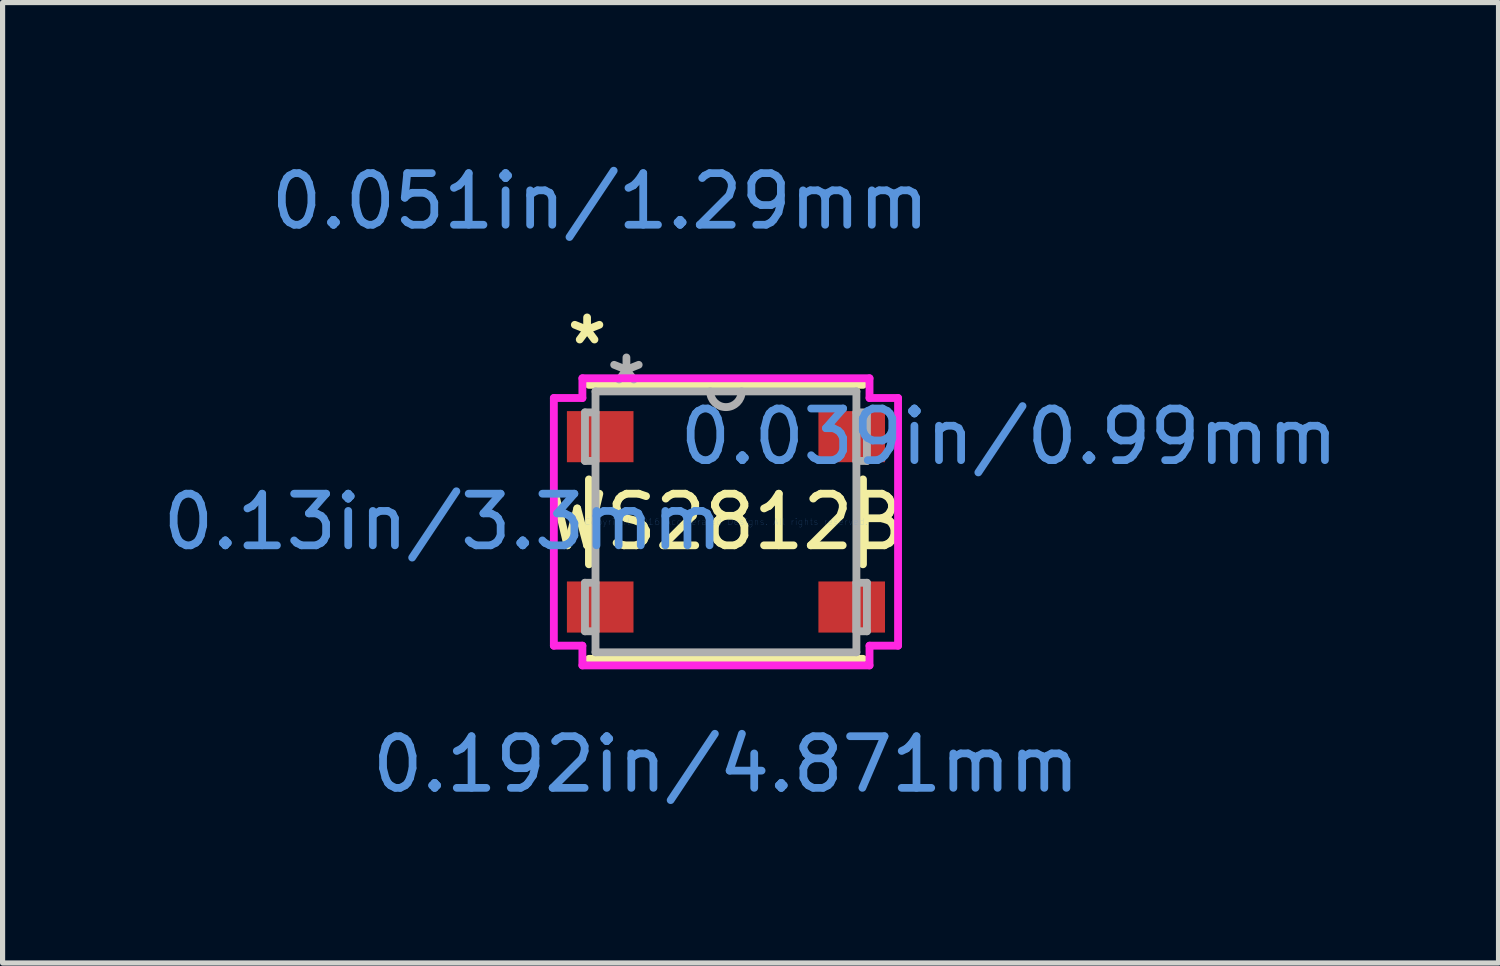
<source format=kicad_pcb>
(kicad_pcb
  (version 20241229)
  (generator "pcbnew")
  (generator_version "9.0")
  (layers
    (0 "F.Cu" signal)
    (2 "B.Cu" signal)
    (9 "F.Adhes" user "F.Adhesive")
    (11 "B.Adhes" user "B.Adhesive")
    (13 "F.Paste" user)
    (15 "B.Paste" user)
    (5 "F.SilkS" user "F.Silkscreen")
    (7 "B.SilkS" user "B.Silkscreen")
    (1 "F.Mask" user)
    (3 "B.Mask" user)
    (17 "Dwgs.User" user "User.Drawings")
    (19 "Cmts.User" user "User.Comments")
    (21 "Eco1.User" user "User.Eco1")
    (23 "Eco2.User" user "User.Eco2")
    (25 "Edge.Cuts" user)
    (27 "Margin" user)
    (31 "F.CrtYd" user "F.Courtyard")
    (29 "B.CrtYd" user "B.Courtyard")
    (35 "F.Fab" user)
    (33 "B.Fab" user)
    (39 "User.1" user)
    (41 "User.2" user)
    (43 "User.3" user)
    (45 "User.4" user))
  (footprint "WS2812B"
    (layer "F.Cu")
    (at 11.013 7.059)
    (property "Reference" "WS2812B" (at 0 0 0) (layer "F.SilkS") (effects (font (size 1 1) (thickness 0.15))))
    (attr through_hole)
    (fp_line (start -2.654 -0.822) (end -2.654 0.822) (stroke (width 0.152) (type solid)) (layer "F.SilkS"))
    (fp_line (start -2.654 2.654) (end 2.654 2.654) (stroke (width 0.152) (type solid)) (layer "F.SilkS"))
    (fp_line (start 2.654 -2.654) (end -2.654 -2.654) (stroke (width 0.152) (type solid)) (layer "F.SilkS"))
    (fp_line (start 2.654 0.822) (end 2.654 -0.822) (stroke (width 0.152) (type solid)) (layer "F.SilkS"))
    (fp_line (start -3.334 -2.399) (end -2.781 -2.399) (stroke (width 0.152) (type solid)) (layer "F.CrtYd"))
    (fp_line (start -3.334 2.399) (end -3.334 -2.399) (stroke (width 0.152) (type solid)) (layer "F.CrtYd"))
    (fp_line (start -3.334 2.399) (end -2.781 2.399) (stroke (width 0.152) (type solid)) (layer "F.CrtYd"))
    (fp_line (start -2.781 -2.781) (end 2.781 -2.781) (stroke (width 0.152) (type solid)) (layer "F.CrtYd"))
    (fp_line (start -2.781 -2.399) (end -2.781 -2.781) (stroke (width 0.152) (type solid)) (layer "F.CrtYd"))
    (fp_line (start -2.781 2.781) (end -2.781 2.399) (stroke (width 0.152) (type solid)) (layer "F.CrtYd"))
    (fp_line (start 2.781 -2.781) (end 2.781 -2.399) (stroke (width 0.152) (type solid)) (layer "F.CrtYd"))
    (fp_line (start 2.781 2.399) (end 2.781 2.781) (stroke (width 0.152) (type solid)) (layer "F.CrtYd"))
    (fp_line (start 2.781 2.781) (end -2.781 2.781) (stroke (width 0.152) (type solid)) (layer "F.CrtYd"))
    (fp_line (start 3.334 -2.399) (end 2.781 -2.399) (stroke (width 0.152) (type solid)) (layer "F.CrtYd"))
    (fp_line (start 3.334 -2.399) (end 3.334 2.399) (stroke (width 0.152) (type solid)) (layer "F.CrtYd"))
    (fp_line (start 3.334 2.399) (end 2.781 2.399) (stroke (width 0.152) (type solid)) (layer "F.CrtYd"))
    (fp_line (start -2.731 -2.12) (end -2.731 -1.18) (stroke (width 0.152) (type solid)) (layer "F.Fab"))
    (fp_line (start -2.731 -1.18) (end -2.527 -1.18) (stroke (width 0.152) (type solid)) (layer "F.Fab"))
    (fp_line (start -2.731 1.18) (end -2.731 2.12) (stroke (width 0.152) (type solid)) (layer "F.Fab"))
    (fp_line (start -2.731 2.12) (end -2.527 2.12) (stroke (width 0.152) (type solid)) (layer "F.Fab"))
    (fp_line (start -2.527 -2.527) (end -2.527 2.527) (stroke (width 0.152) (type solid)) (layer "F.Fab"))
    (fp_line (start -2.527 -2.12) (end -2.731 -2.12) (stroke (width 0.152) (type solid)) (layer "F.Fab"))
    (fp_line (start -2.527 -1.18) (end -2.527 -2.12) (stroke (width 0.152) (type solid)) (layer "F.Fab"))
    (fp_line (start -2.527 1.18) (end -2.731 1.18) (stroke (width 0.152) (type solid)) (layer "F.Fab"))
    (fp_line (start -2.527 2.12) (end -2.527 1.18) (stroke (width 0.152) (type solid)) (layer "F.Fab"))
    (fp_line (start -2.527 2.527) (end 2.527 2.527) (stroke (width 0.152) (type solid)) (layer "F.Fab"))
    (fp_line (start 2.527 -2.527) (end -2.527 -2.527) (stroke (width 0.152) (type solid)) (layer "F.Fab"))
    (fp_line (start 2.527 -2.12) (end 2.527 -1.18) (stroke (width 0.152) (type solid)) (layer "F.Fab"))
    (fp_line (start 2.527 -1.18) (end 2.731 -1.18) (stroke (width 0.152) (type solid)) (layer "F.Fab"))
    (fp_line (start 2.527 1.18) (end 2.527 2.12) (stroke (width 0.152) (type solid)) (layer "F.Fab"))
    (fp_line (start 2.527 2.12) (end 2.731 2.12) (stroke (width 0.152) (type solid)) (layer "F.Fab"))
    (fp_line (start 2.527 2.527) (end 2.527 -2.527) (stroke (width 0.152) (type solid)) (layer "F.Fab"))
    (fp_line (start 2.731 -2.12) (end 2.527 -2.12) (stroke (width 0.152) (type solid)) (layer "F.Fab"))
    (fp_line (start 2.731 -1.18) (end 2.731 -2.12) (stroke (width 0.152) (type solid)) (layer "F.Fab"))
    (fp_line (start 2.731 1.18) (end 2.527 1.18) (stroke (width 0.152) (type solid)) (layer "F.Fab"))
    (fp_line (start 2.731 2.12) (end 2.731 1.18) (stroke (width 0.152) (type solid)) (layer "F.Fab"))
    (fp_arc (start 0.3048 -2.5273) (mid 0 -2.2225) (end -0.3048 -2.5273) (stroke (width 0.1524) (type solid)) (layer "F.Fab"))
    (fp_text user "*" (at -2.69 -3.415 0) (layer "F.SilkS") (effects (font (size 1 1) (thickness 0.15))))
    (fp_text user "Copyright 2016 Accelerated Designs. All rights reserved." (at 0 0 0) (layer "Cmts.User") (effects (font (size 0.127 0.127) (thickness 0.002))))
    (fp_text user "0.039in/0.99mm" (at 5.484 -1.65 0) (layer "Cmts.User") (effects (font (size 1 1) (thickness 0.15))))
    (fp_text user "0.051in/1.29mm" (at -2.436 -6.21 0) (layer "Cmts.User") (effects (font (size 1 1) (thickness 0.15))))
    (fp_text user "0.192in/4.871mm" (at 0 4.698 0) (layer "Cmts.User") (effects (font (size 1 1) (thickness 0.15))))
    (fp_text user "0.13in/3.3mm" (at -5.484 0 0) (layer "Cmts.User") (effects (font (size 1 1) (thickness 0.15))))
    (fp_text user "*" (at -1.928 -2.64 0) (layer "F.Fab") (effects (font (size 1 1) (thickness 0.15))))
    (pad "1" smd rect (at -2.436 -1.65) (size 1.29 0.99) (layers "F.Cu" "F.Mask" "F.Paste"))
    (pad "2" smd rect (at -2.436 1.65) (size 1.29 0.99) (layers "F.Cu" "F.Mask" "F.Paste"))
    (pad "3" smd rect (at 2.436 1.65) (size 1.29 0.99) (layers "F.Cu" "F.Mask" "F.Paste"))
    (pad "4" smd rect (at 2.436 -1.65) (size 1.29 0.99) (layers "F.Cu" "F.Mask" "F.Paste")))
  (gr_rect
    (start -3 -3)
    (end 25.979 15.605)
    (stroke (width 0.1) (type default))
    (fill no)
    (layer "Edge.Cuts")))
</source>
